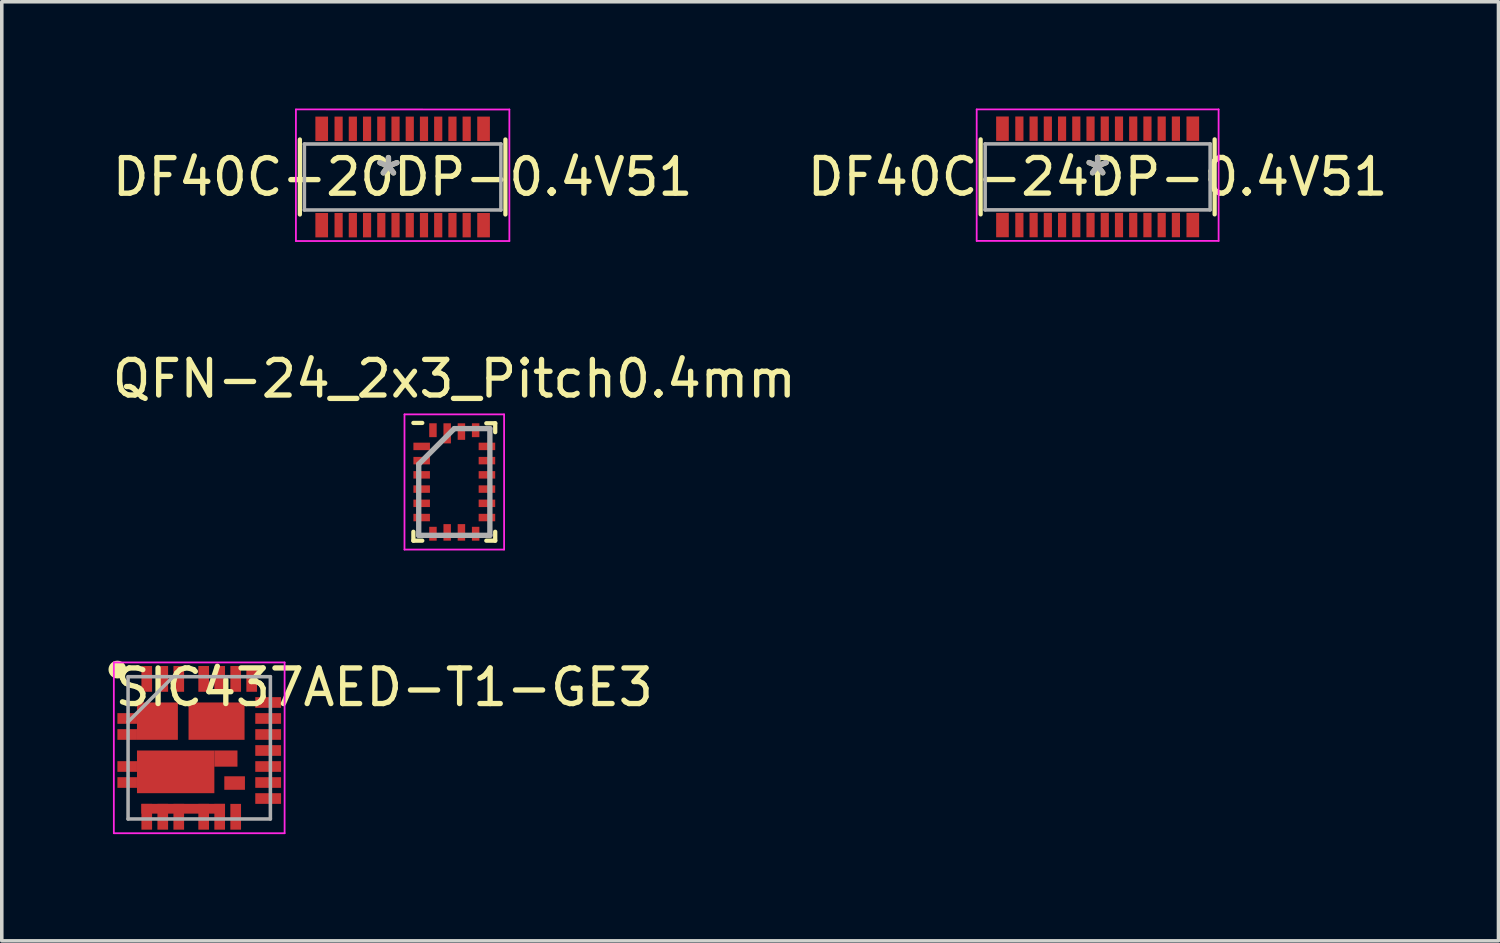
<source format=kicad_pcb>
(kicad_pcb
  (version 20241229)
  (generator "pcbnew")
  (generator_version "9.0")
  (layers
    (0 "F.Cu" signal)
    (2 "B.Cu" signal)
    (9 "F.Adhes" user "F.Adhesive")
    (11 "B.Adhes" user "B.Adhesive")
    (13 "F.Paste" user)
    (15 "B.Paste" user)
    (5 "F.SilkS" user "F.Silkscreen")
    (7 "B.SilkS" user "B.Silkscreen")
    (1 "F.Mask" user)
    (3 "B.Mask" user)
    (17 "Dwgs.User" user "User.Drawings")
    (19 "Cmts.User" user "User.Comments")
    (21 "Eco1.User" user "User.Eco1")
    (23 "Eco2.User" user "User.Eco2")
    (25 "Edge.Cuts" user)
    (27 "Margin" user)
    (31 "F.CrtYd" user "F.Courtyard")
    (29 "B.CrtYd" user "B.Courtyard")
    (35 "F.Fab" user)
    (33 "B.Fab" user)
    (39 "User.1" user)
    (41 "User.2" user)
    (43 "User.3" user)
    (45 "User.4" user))
  (footprint "DF40C-24DP-0.4V51"
    (layer "F.Cu")
    (at 27.804 1.922)
    (property "Reference" "DF40C-24DP-0.4V51" (at 0 0 0) (layer "F.SilkS") (effects (font (size 1 1) (thickness 0.15))))
    (attr through_hole)
    (fp_line (start -3.289 -1.054) (end -3.289 1.054) (stroke (width 0.12) (type solid)) (layer "F.SilkS"))
    (fp_line (start 3.289 1.054) (end 3.289 -1.054) (stroke (width 0.12) (type solid)) (layer "F.SilkS"))
    (fp_line (start -3.4 1.8) (end -3.4 -1.897) (stroke (width 0.05) (type solid)) (layer "F.CrtYd"))
    (fp_line (start 3.4 -1.897) (end -3.4 -1.897) (stroke (width 0.05) (type solid)) (layer "F.CrtYd"))
    (fp_line (start 3.4 1.8) (end -3.4 1.8) (stroke (width 0.05) (type solid)) (layer "F.CrtYd"))
    (fp_line (start 3.4 1.8) (end 3.4 -1.897) (stroke (width 0.05) (type solid)) (layer "F.CrtYd"))
    (fp_line (start -3.162 -0.927) (end -3.162 0.927) (stroke (width 0.1) (type solid)) (layer "F.Fab"))
    (fp_line (start -3.162 0.927) (end 3.162 0.927) (stroke (width 0.1) (type solid)) (layer "F.Fab"))
    (fp_line (start 3.162 -0.927) (end -3.162 -0.927) (stroke (width 0.1) (type solid)) (layer "F.Fab"))
    (fp_line (start 3.162 0.927) (end 3.162 -0.927) (stroke (width 0.1) (type solid)) (layer "F.Fab"))
    (fp_text user "*" (at 0 0 0) (layer "F.SilkS") (effects (font (size 1 1) (thickness 0.15))))
    (fp_text user "*" (at 0 0 0) (layer "F.Fab") (effects (font (size 1 1) (thickness 0.15))))
    (pad "1" smd rect (at 2.2 1.355) (size 0.23 0.685) (layers "F.Cu" "F.Mask" "F.Paste"))
    (pad "2" smd rect (at 2.2 -1.355) (size 0.23 0.685) (layers "F.Cu" "F.Mask" "F.Paste"))
    (pad "3" smd rect (at 1.8 1.355) (size 0.23 0.685) (layers "F.Cu" "F.Mask" "F.Paste"))
    (pad "4" smd rect (at 1.8 -1.355) (size 0.23 0.685) (layers "F.Cu" "F.Mask" "F.Paste"))
    (pad "5" smd rect (at 1.4 1.355) (size 0.23 0.685) (layers "F.Cu" "F.Mask" "F.Paste"))
    (pad "6" smd rect (at 1.4 -1.355) (size 0.23 0.685) (layers "F.Cu" "F.Mask" "F.Paste"))
    (pad "7" smd rect (at 1 1.355) (size 0.23 0.685) (layers "F.Cu" "F.Mask" "F.Paste"))
    (pad "8" smd rect (at 1 -1.355) (size 0.23 0.685) (layers "F.Cu" "F.Mask" "F.Paste"))
    (pad "9" smd rect (at 0.6 1.355) (size 0.23 0.685) (layers "F.Cu" "F.Mask" "F.Paste"))
    (pad "10" smd rect (at 0.6 -1.355) (size 0.23 0.685) (layers "F.Cu" "F.Mask" "F.Paste"))
    (pad "11" smd rect (at 0.2 1.355) (size 0.23 0.685) (layers "F.Cu" "F.Mask" "F.Paste"))
    (pad "12" smd rect (at 0.2 -1.355) (size 0.23 0.685) (layers "F.Cu" "F.Mask" "F.Paste"))
    (pad "13" smd rect (at -0.2 1.355) (size 0.23 0.685) (layers "F.Cu" "F.Mask" "F.Paste"))
    (pad "14" smd rect (at -0.2 -1.355) (size 0.23 0.685) (layers "F.Cu" "F.Mask" "F.Paste"))
    (pad "15" smd rect (at -0.6 1.355) (size 0.23 0.685) (layers "F.Cu" "F.Mask" "F.Paste"))
    (pad "16" smd rect (at -0.6 -1.355) (size 0.23 0.685) (layers "F.Cu" "F.Mask" "F.Paste"))
    (pad "17" smd rect (at -1 1.355) (size 0.23 0.685) (layers "F.Cu" "F.Mask" "F.Paste"))
    (pad "18" smd rect (at -1 -1.355) (size 0.23 0.685) (layers "F.Cu" "F.Mask" "F.Paste"))
    (pad "19" smd rect (at -1.4 1.355) (size 0.23 0.685) (layers "F.Cu" "F.Mask" "F.Paste"))
    (pad "20" smd rect (at -1.4 -1.355) (size 0.23 0.685) (layers "F.Cu" "F.Mask" "F.Paste"))
    (pad "21" smd rect (at -1.8 1.355) (size 0.23 0.685) (layers "F.Cu" "F.Mask" "F.Paste"))
    (pad "22" smd rect (at -1.8 -1.355) (size 0.23 0.685) (layers "F.Cu" "F.Mask" "F.Paste"))
    (pad "23" smd rect (at -2.2 1.355) (size 0.23 0.685) (layers "F.Cu" "F.Mask" "F.Paste"))
    (pad "24" smd rect (at -2.2 -1.355) (size 0.23 0.685) (layers "F.Cu" "F.Mask" "F.Paste"))
    (pad "25" smd rect (at -2.675 -1.355) (size 0.356 0.685) (layers "F.Cu" "F.Mask" "F.Paste"))
    (pad "26" smd rect (at 2.675 -1.355) (size 0.356 0.685) (layers "F.Cu" "F.Mask" "F.Paste"))
    (pad "27" smd rect (at -2.675 1.355) (size 0.356 0.685) (layers "F.Cu" "F.Mask" "F.Paste"))
    (pad "28" smd rect (at 2.675 1.355) (size 0.356 0.685) (layers "F.Cu" "F.Mask" "F.Paste")))
  (footprint "DF40C-20DP-0.4V51"
    (layer "F.Cu")
    (at 8.268 1.925)
    (property "Reference" "DF40C-20DP-0.4V51" (at 0 0 0) (layer "F.SilkS") (effects (font (size 1 1) (thickness 0.15))))
    (attr through_hole)
    (fp_line (start -2.889 -1.054) (end -2.889 1.054) (stroke (width 0.12) (type solid)) (layer "F.SilkS"))
    (fp_line (start 2.889 1.054) (end 2.889 -1.054) (stroke (width 0.12) (type solid)) (layer "F.SilkS"))
    (fp_line (start -3 -1.9) (end 3 -1.897) (stroke (width 0.05) (type solid)) (layer "F.CrtYd"))
    (fp_line (start -3 1.8) (end -3 -1.897) (stroke (width 0.05) (type solid)) (layer "F.CrtYd"))
    (fp_line (start -3 1.8) (end 3 1.8) (stroke (width 0.05) (type solid)) (layer "F.CrtYd"))
    (fp_line (start 3 1.8) (end 3 -1.897) (stroke (width 0.05) (type solid)) (layer "F.CrtYd"))
    (fp_line (start -2.762 -0.927) (end -2.762 0.927) (stroke (width 0.1) (type solid)) (layer "F.Fab"))
    (fp_line (start -2.762 0.927) (end 2.762 0.927) (stroke (width 0.1) (type solid)) (layer "F.Fab"))
    (fp_line (start 2.762 -0.927) (end -2.762 -0.927) (stroke (width 0.1) (type solid)) (layer "F.Fab"))
    (fp_line (start 2.762 0.927) (end 2.762 -0.927) (stroke (width 0.1) (type solid)) (layer "F.Fab"))
    (fp_text user "*" (at -0.4 0 0) (layer "F.SilkS") (effects (font (size 1 1) (thickness 0.15))))
    (fp_text user "*" (at -0.4 0 0) (layer "F.Fab") (effects (font (size 1 1) (thickness 0.15))))
    (pad "1" smd rect (at 1.8 1.355) (size 0.23 0.685) (layers "F.Cu" "F.Mask" "F.Paste"))
    (pad "2" smd rect (at 1.8 -1.355) (size 0.23 0.685) (layers "F.Cu" "F.Mask" "F.Paste"))
    (pad "3" smd rect (at 1.4 1.355) (size 0.23 0.685) (layers "F.Cu" "F.Mask" "F.Paste"))
    (pad "4" smd rect (at 1.4 -1.355) (size 0.23 0.685) (layers "F.Cu" "F.Mask" "F.Paste"))
    (pad "5" smd rect (at 1 1.355) (size 0.23 0.685) (layers "F.Cu" "F.Mask" "F.Paste"))
    (pad "6" smd rect (at 1 -1.355) (size 0.23 0.685) (layers "F.Cu" "F.Mask" "F.Paste"))
    (pad "7" smd rect (at 0.6 1.355) (size 0.23 0.685) (layers "F.Cu" "F.Mask" "F.Paste"))
    (pad "8" smd rect (at 0.6 -1.355) (size 0.23 0.685) (layers "F.Cu" "F.Mask" "F.Paste"))
    (pad "9" smd rect (at 0.2 1.355) (size 0.23 0.685) (layers "F.Cu" "F.Mask" "F.Paste"))
    (pad "10" smd rect (at 0.2 -1.355) (size 0.23 0.685) (layers "F.Cu" "F.Mask" "F.Paste"))
    (pad "11" smd rect (at -0.2 1.355) (size 0.23 0.685) (layers "F.Cu" "F.Mask" "F.Paste"))
    (pad "12" smd rect (at -0.2 -1.355) (size 0.23 0.685) (layers "F.Cu" "F.Mask" "F.Paste"))
    (pad "13" smd rect (at -0.6 1.355) (size 0.23 0.685) (layers "F.Cu" "F.Mask" "F.Paste"))
    (pad "14" smd rect (at -0.6 -1.355) (size 0.23 0.685) (layers "F.Cu" "F.Mask" "F.Paste"))
    (pad "15" smd rect (at -1 1.355) (size 0.23 0.685) (layers "F.Cu" "F.Mask" "F.Paste"))
    (pad "16" smd rect (at -1 -1.355) (size 0.23 0.685) (layers "F.Cu" "F.Mask" "F.Paste"))
    (pad "17" smd rect (at -1.4 1.355) (size 0.23 0.685) (layers "F.Cu" "F.Mask" "F.Paste"))
    (pad "18" smd rect (at -1.4 -1.355) (size 0.23 0.685) (layers "F.Cu" "F.Mask" "F.Paste"))
    (pad "19" smd rect (at -1.8 1.355) (size 0.23 0.685) (layers "F.Cu" "F.Mask" "F.Paste"))
    (pad "20" smd rect (at -1.8 -1.355) (size 0.23 0.685) (layers "F.Cu" "F.Mask" "F.Paste"))
    (pad "21" smd rect (at -2.275 -1.355) (size 0.356 0.685) (layers "F.Cu" "F.Mask" "F.Paste"))
    (pad "22" smd rect (at 2.275 -1.355) (size 0.356 0.685) (layers "F.Cu" "F.Mask" "F.Paste"))
    (pad "23" smd rect (at -2.275 1.355) (size 0.356 0.685) (layers "F.Cu" "F.Mask" "F.Paste"))
    (pad "24" smd rect (at 2.275 1.355) (size 0.356 0.685) (layers "F.Cu" "F.Mask" "F.Paste")))
  (footprint "QFN-24_2x3_Pitch0.4mm"
    (layer "F.Cu")
    (at 9.72 10.498)
    (property "Reference" "QFN-24_2x3_Pitch0.4mm" (at 0 -2.9 0) (layer "F.SilkS") (effects (font (size 1 1) (thickness 0.15))))
    (attr through_hole)
    (fp_line (start -1.15 -1.66) (end -0.9 -1.66) (stroke (width 0.12) (type solid)) (layer "F.SilkS"))
    (fp_line (start -1.15 1.65) (end -1.15 1.4) (stroke (width 0.12) (type solid)) (layer "F.SilkS"))
    (fp_line (start -1.15 1.65) (end -0.9 1.65) (stroke (width 0.12) (type solid)) (layer "F.SilkS"))
    (fp_line (start 1.15 -1.65) (end 0.9 -1.65) (stroke (width 0.12) (type solid)) (layer "F.SilkS"))
    (fp_line (start 1.15 -1.65) (end 1.15 -1.4) (stroke (width 0.12) (type solid)) (layer "F.SilkS"))
    (fp_line (start 1.15 1.65) (end 0.9 1.65) (stroke (width 0.12) (type solid)) (layer "F.SilkS"))
    (fp_line (start 1.15 1.65) (end 1.15 1.4) (stroke (width 0.12) (type solid)) (layer "F.SilkS"))
    (fp_line (start -1.4 -1.9) (end 1.4 -1.9) (stroke (width 0.05) (type solid)) (layer "F.CrtYd"))
    (fp_line (start -1.4 1.9) (end -1.4 -1.9) (stroke (width 0.05) (type solid)) (layer "F.CrtYd"))
    (fp_line (start 1.4 -1.9) (end 1.4 1.9) (stroke (width 0.05) (type solid)) (layer "F.CrtYd"))
    (fp_line (start 1.4 1.9) (end -1.4 1.9) (stroke (width 0.05) (type solid)) (layer "F.CrtYd"))
    (fp_line (start -1 -0.5) (end -1 1.5) (stroke (width 0.15) (type solid)) (layer "F.Fab"))
    (fp_line (start -1 1.5) (end 1 1.5) (stroke (width 0.15) (type solid)) (layer "F.Fab"))
    (fp_line (start 0 -1.5) (end -1 -0.5) (stroke (width 0.15) (type solid)) (layer "F.Fab"))
    (fp_line (start 1 -1.5) (end 0 -1.5) (stroke (width 0.15) (type solid)) (layer "F.Fab"))
    (fp_line (start 1 1.5) (end 1 -1.5) (stroke (width 0.15) (type solid)) (layer "F.Fab"))
    (pad "1" smd rect (at -0.917 -1 90) (size 0.21 0.465) (layers "F.Cu" "F.Mask" "F.Paste"))
    (pad "2" smd rect (at -0.917 -0.6 90) (size 0.21 0.465) (layers "F.Cu" "F.Mask" "F.Paste"))
    (pad "3" smd rect (at -0.917 -0.2 90) (size 0.21 0.465) (layers "F.Cu" "F.Mask" "F.Paste"))
    (pad "4" smd rect (at -0.917 0.2 90) (size 0.21 0.465) (layers "F.Cu" "F.Mask" "F.Paste"))
    (pad "5" smd rect (at -0.917 0.6 90) (size 0.21 0.465) (layers "F.Cu" "F.Mask" "F.Paste"))
    (pad "6" smd rect (at -0.917 1 90) (size 0.21 0.465) (layers "F.Cu" "F.Mask" "F.Paste"))
    (pad "7" smd rect (at -0.6 1.455 180) (size 0.21 0.39) (layers "F.Cu" "F.Mask" "F.Paste"))
    (pad "8" smd rect (at -0.2 1.417 180) (size 0.21 0.465) (layers "F.Cu" "F.Mask" "F.Paste"))
    (pad "9" smd rect (at 0.2 1.417 180) (size 0.21 0.465) (layers "F.Cu" "F.Mask" "F.Paste"))
    (pad "10" smd rect (at 0.6 1.455 180) (size 0.21 0.39) (layers "F.Cu" "F.Mask" "F.Paste"))
    (pad "11" smd rect (at 0.917 1 90) (size 0.21 0.465) (layers "F.Cu" "F.Mask" "F.Paste"))
    (pad "12" smd rect (at 0.917 0.6 90) (size 0.21 0.465) (layers "F.Cu" "F.Mask" "F.Paste"))
    (pad "13" smd rect (at 0.917 0.2 90) (size 0.21 0.465) (layers "F.Cu" "F.Mask" "F.Paste"))
    (pad "14" smd rect (at 0.917 -0.2 90) (size 0.21 0.465) (layers "F.Cu" "F.Mask" "F.Paste"))
    (pad "15" smd rect (at 0.917 -0.6 90) (size 0.21 0.465) (layers "F.Cu" "F.Mask" "F.Paste"))
    (pad "16" smd rect (at 0.917 -1 90) (size 0.21 0.465) (layers "F.Cu" "F.Mask" "F.Paste"))
    (pad "17" smd rect (at 0.6 -1.455 180) (size 0.21 0.39) (layers "F.Cu" "F.Mask" "F.Paste"))
    (pad "18" smd rect (at 0.2 -1.417 180) (size 0.21 0.465) (layers "F.Cu" "F.Mask" "F.Paste"))
    (pad "19" smd rect (at -0.2 -1.367 180) (size 0.21 0.565) (layers "F.Cu" "F.Mask" "F.Paste"))
    (pad "20" smd rect (at -0.6 -1.455 180) (size 0.21 0.39) (layers "F.Cu" "F.Mask" "F.Paste")))
  (footprint "SIC437AED-T1-GE3"
    (layer "F.Cu")
    (at 2.55 17.971)
    (property "Reference" "SIC437AED-T1-GE3" (at 5.2 -1.7 0) (layer "F.SilkS") (effects (font (size 1 1) (thickness 0.15))))
    (attr through_hole)
    (fp_circle (center -2.3 -2.2) (end -2.2 -2.2) (stroke (width 0.3) (type solid)) (fill yes) (layer "F.SilkS"))
    (fp_line (start -2.4 -2.4) (end 2.4 -2.4) (stroke (width 0.05) (type solid)) (layer "F.CrtYd"))
    (fp_line (start -2.4 2.4) (end -2.4 -2.4) (stroke (width 0.05) (type solid)) (layer "F.CrtYd"))
    (fp_line (start 2.4 -2.4) (end 2.4 2.4) (stroke (width 0.05) (type solid)) (layer "F.CrtYd"))
    (fp_line (start 2.4 2.4) (end -2.4 2.4) (stroke (width 0.05) (type solid)) (layer "F.CrtYd"))
    (fp_line (start -2 -2) (end -2 2) (stroke (width 0.1) (type solid)) (layer "F.Fab"))
    (fp_line (start -2 -0.73) (end -0.73 -2) (stroke (width 0.1) (type solid)) (layer "F.Fab"))
    (fp_line (start -2 2) (end 2 2) (stroke (width 0.1) (type solid)) (layer "F.Fab"))
    (fp_line (start 2 -2) (end -2 -2) (stroke (width 0.1) (type solid)) (layer "F.Fab"))
    (fp_line (start 2 2) (end 2 -2) (stroke (width 0.1) (type solid)) (layer "F.Fab"))
    (pad "1" smd rect (at -2.025 -0.825 90) (size 0.3 0.55) (layers "F.Cu" "F.Mask" "F.Paste"))
    (pad "2" smd rect (at -2.025 -0.375 90) (size 0.3 0.55) (layers "F.Cu" "F.Mask" "F.Paste"))
    (pad "3" smd rect (at -2.025 0.525 90) (size 0.3 0.55) (layers "F.Cu" "F.Mask" "F.Paste"))
    (pad "4" smd rect (at -2.025 0.975 90) (size 0.3 0.55) (layers "F.Cu" "F.Mask" "F.Paste"))
    (pad "5" smd rect (at -1.475 1.938) (size 0.3 0.725) (layers "F.Cu" "F.Mask" "F.Paste"))
    (pad "6" smd rect (at -1.025 1.938) (size 0.3 0.725) (layers "F.Cu" "F.Mask" "F.Paste"))
    (pad "7" smd rect (at -0.575 1.938) (size 0.3 0.725) (layers "F.Cu" "F.Mask" "F.Paste"))
    (pad "8" smd rect (at 0.125 1.938) (size 0.3 0.725) (layers "F.Cu" "F.Mask" "F.Paste"))
    (pad "9" smd rect (at -0.45 1.712) (size 2.35 0.275) (layers "F.Cu" "F.Mask"))
    (pad "9" smd rect (at 0.575 1.938) (size 0.3 0.725) (layers "F.Cu" "F.Mask" "F.Paste"))
    (pad "10" smd rect (at 1.025 1.938) (size 0.3 0.725) (layers "F.Cu" "F.Mask" "F.Paste"))
    (pad "11" smd rect (at 1.938 1.425 90) (size 0.3 0.725) (layers "F.Cu" "F.Mask" "F.Paste"))
    (pad "12" smd rect (at 1.938 0.975 90) (size 0.3 0.725) (layers "F.Cu" "F.Mask" "F.Paste"))
    (pad "13" smd rect (at 1.938 0.525 90) (size 0.3 0.725) (layers "F.Cu" "F.Mask" "F.Paste"))
    (pad "14" smd rect (at 1.938 0.075 90) (size 0.3 0.725) (layers "F.Cu" "F.Mask" "F.Paste"))
    (pad "15" smd rect (at 1.938 -0.375 90) (size 0.3 0.725) (layers "F.Cu" "F.Mask" "F.Paste"))
    (pad "16" smd rect (at 1.938 -0.825 90) (size 0.3 0.725) (layers "F.Cu" "F.Mask" "F.Paste"))
    (pad "17" smd rect (at 1.938 -1.275 90) (size 0.3 0.725) (layers "F.Cu" "F.Mask" "F.Paste"))
    (pad "18" smd rect (at 1.475 -1.938) (size 0.3 0.725) (layers "F.Cu" "F.Mask" "F.Paste"))
    (pad "19" smd rect (at 1.025 -1.938) (size 0.3 0.725) (layers "F.Cu" "F.Mask" "F.Paste"))
    (pad "20" smd rect (at 0.575 -1.938) (size 0.3 0.725) (layers "F.Cu" "F.Mask" "F.Paste"))
    (pad "21" smd rect (at 0.125 -1.938) (size 0.3 0.725) (layers "F.Cu" "F.Mask" "F.Paste"))
    (pad "22" smd rect (at -0.575 -1.938) (size 0.3 0.725) (layers "F.Cu" "F.Mask" "F.Paste"))
    (pad "23" smd rect (at -1.025 -1.938) (size 0.3 0.725) (layers "F.Cu" "F.Mask" "F.Paste"))
    (pad "24" smd rect (at -1.475 -1.938) (size 0.3 0.725) (layers "F.Cu" "F.Mask" "F.Paste"))
    (pad "25" smd rect (at 0.487 -0.75) (size 1.575 1.05) (layers "F.Cu" "F.Mask"))
    (pad "26" smd rect (at -1.175 -0.75) (size 1.15 1.05) (layers "F.Cu" "F.Mask"))
    (pad "27" smd rect (at -0.662 0.675) (size 2.175 1.2) (layers "F.Cu" "F.Mask"))
    (pad "27" smd rect (at 0.75 0.302) (size 0.65 0.455) (layers "F.Cu" "F.Mask"))
    (pad "28" smd rect (at 0.995 0.99) (size 0.58 0.38) (layers "F.Cu" "F.Mask")))
  (gr_rect
    (start -3 -3)
    (end 39.071 23.396)
    (stroke (width 0.1) (type default))
    (fill no)
    (layer "Edge.Cuts")))
</source>
